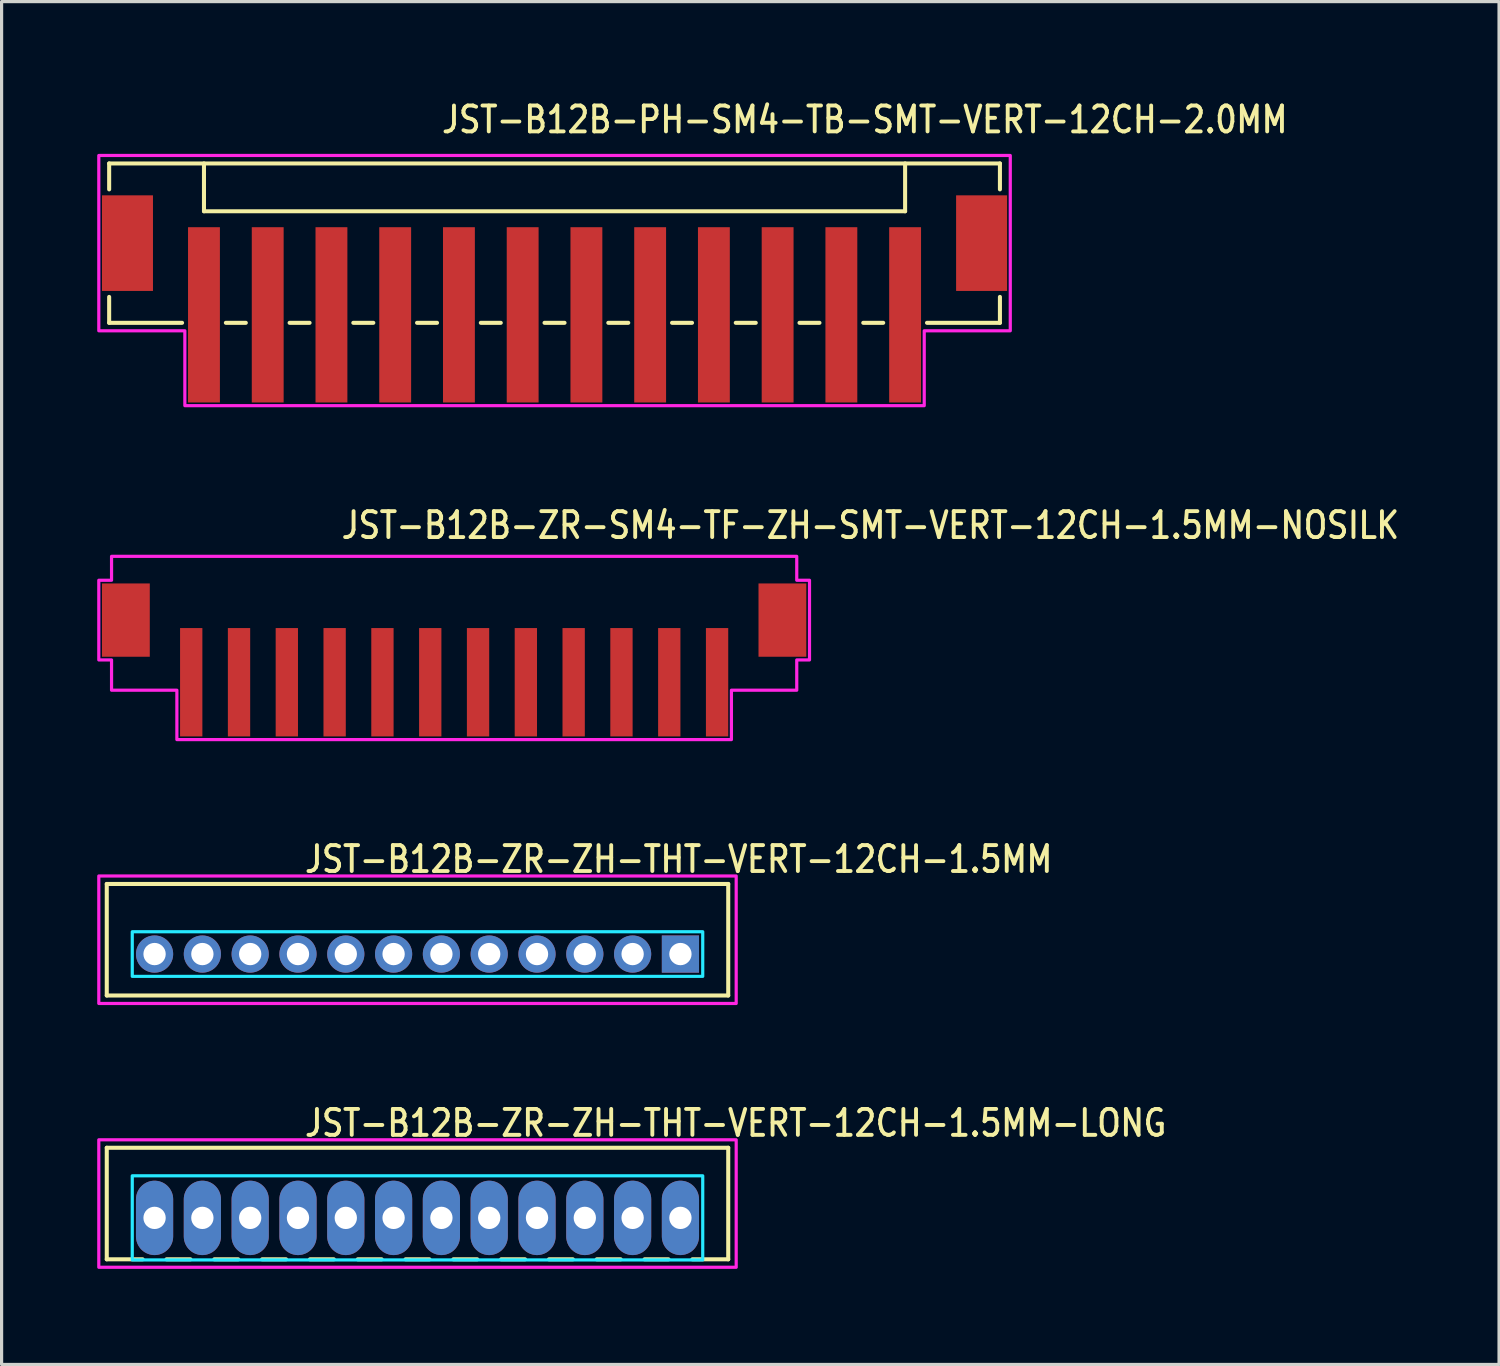
<source format=kicad_pcb>
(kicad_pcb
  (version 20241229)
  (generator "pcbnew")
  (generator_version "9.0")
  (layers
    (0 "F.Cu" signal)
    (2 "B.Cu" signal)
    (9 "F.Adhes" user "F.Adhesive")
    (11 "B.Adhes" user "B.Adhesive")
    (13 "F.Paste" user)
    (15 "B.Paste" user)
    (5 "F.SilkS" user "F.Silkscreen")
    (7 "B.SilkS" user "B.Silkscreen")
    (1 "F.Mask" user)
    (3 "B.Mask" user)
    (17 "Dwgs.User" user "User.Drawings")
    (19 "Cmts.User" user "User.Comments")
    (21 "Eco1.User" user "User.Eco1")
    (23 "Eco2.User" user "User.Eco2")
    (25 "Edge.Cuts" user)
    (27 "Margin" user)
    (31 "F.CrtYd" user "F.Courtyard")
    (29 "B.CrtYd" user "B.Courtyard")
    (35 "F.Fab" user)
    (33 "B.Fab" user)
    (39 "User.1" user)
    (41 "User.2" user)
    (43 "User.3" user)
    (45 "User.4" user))
  (footprint "JST-B12B-ZR-SM4-TF-ZH-SMT-VERT-12CH-1.5MM-NOSILK"
    (layer "F.Cu")
    (at 11.2 16.407)
    (property "Reference" "JST-B12B-ZR-SM4-TF-ZH-SMT-VERT-12CH-1.5MM-NOSILK" (at -3.6 -2.5 0) (unlocked yes) (layer "F.SilkS") (effects (font (size 0.813 0.695) (thickness 0.122)) (justify left bottom)))
    (fp_poly (pts (xy -10.75 -2) (xy -10.75 -1.25) (xy -11.15 -1.25) (xy -11.15 1.25) (xy -10.75 1.25) (xy -10.75 2.2) (xy -8.7 2.2) (xy -8.7 3.75) (xy 8.7 3.75) (xy 8.7 2.2) (xy 10.75 2.2) (xy 10.75 1.25) (xy 11.15 1.25) (xy 11.15 -1.25) (xy 10.75 -1.25) (xy 10.75 -2)) (stroke (width 0.1) (type solid)) (fill no) (layer "F.CrtYd"))
    (pad "P$1" smd rect (at -8.25 1.95) (size 0.7 3.4) (layers "F.Cu" "F.Mask" "F.Paste"))
    (pad "P$2" smd rect (at -6.75 1.95) (size 0.7 3.4) (layers "F.Cu" "F.Mask" "F.Paste"))
    (pad "P$3" smd rect (at -5.25 1.95) (size 0.7 3.4) (layers "F.Cu" "F.Mask" "F.Paste"))
    (pad "P$4" smd rect (at -3.75 1.95) (size 0.7 3.4) (layers "F.Cu" "F.Mask" "F.Paste"))
    (pad "P$5" smd rect (at -2.25 1.95) (size 0.7 3.4) (layers "F.Cu" "F.Mask" "F.Paste"))
    (pad "P$6" smd rect (at -0.75 1.95) (size 0.7 3.4) (layers "F.Cu" "F.Mask" "F.Paste"))
    (pad "P$7" smd rect (at 0.75 1.95) (size 0.7 3.4) (layers "F.Cu" "F.Mask" "F.Paste"))
    (pad "P$8" smd rect (at 2.25 1.95) (size 0.7 3.4) (layers "F.Cu" "F.Mask" "F.Paste"))
    (pad "P$9" smd rect (at 3.75 1.95) (size 0.7 3.4) (layers "F.Cu" "F.Mask" "F.Paste"))
    (pad "P$10" smd rect (at 5.25 1.95) (size 0.7 3.4) (layers "F.Cu" "F.Mask" "F.Paste"))
    (pad "P$11" smd rect (at 6.75 1.95) (size 0.7 3.4) (layers "F.Cu" "F.Mask" "F.Paste"))
    (pad "P$12" smd rect (at 8.25 1.95) (size 0.7 3.4) (layers "F.Cu" "F.Mask" "F.Paste"))
    (pad "P$13" smd rect (at 10.3 0) (size 1.5 2.3) (layers "F.Cu" "F.Mask" "F.Paste"))
    (pad "P$14" smd rect (at -10.3 0) (size 1.5 2.3) (layers "F.Cu" "F.Mask" "F.Paste")))
  (footprint "JST-B12B-ZR-ZH-THT-VERT-12CH-1.5MM-LONG"
    (layer "F.Cu")
    (at 10.05 35.164)
    (property "Reference" "JST-B12B-ZR-ZH-THT-VERT-12CH-1.5MM-LONG" (at -3.6 -2.5 0) (unlocked yes) (layer "F.SilkS") (effects (font (size 0.813 0.695) (thickness 0.122)) (justify left bottom)))
    (fp_line (start -9.75 -2.2) (end 9.75 -2.2) (stroke (width 0.127) (type solid)) (layer "F.SilkS"))
    (fp_line (start -9.75 1.3) (end -9.75 -2.2) (stroke (width 0.127) (type solid)) (layer "F.SilkS"))
    (fp_line (start -9.75 1.3) (end -8.625 1.3) (stroke (width 0.127) (type solid)) (layer "F.SilkS"))
    (fp_line (start -7.875 1.3) (end -7.125 1.3) (stroke (width 0.127) (type solid)) (layer "F.SilkS"))
    (fp_line (start -6.375 1.3) (end -5.625 1.3) (stroke (width 0.127) (type solid)) (layer "F.SilkS"))
    (fp_line (start -4.875 1.3) (end -4.125 1.3) (stroke (width 0.127) (type solid)) (layer "F.SilkS"))
    (fp_line (start -3.375 1.3) (end -2.625 1.3) (stroke (width 0.127) (type solid)) (layer "F.SilkS"))
    (fp_line (start -1.875 1.3) (end -1.125 1.3) (stroke (width 0.127) (type solid)) (layer "F.SilkS"))
    (fp_line (start -0.375 1.3) (end 0.375 1.3) (stroke (width 0.127) (type solid)) (layer "F.SilkS"))
    (fp_line (start 1.125 1.3) (end 1.875 1.3) (stroke (width 0.127) (type solid)) (layer "F.SilkS"))
    (fp_line (start 2.625 1.3) (end 3.375 1.3) (stroke (width 0.127) (type solid)) (layer "F.SilkS"))
    (fp_line (start 4.125 1.3) (end 4.875 1.3) (stroke (width 0.127) (type solid)) (layer "F.SilkS"))
    (fp_line (start 5.625 1.3) (end 6.375 1.3) (stroke (width 0.127) (type solid)) (layer "F.SilkS"))
    (fp_line (start 7.125 1.3) (end 7.875 1.3) (stroke (width 0.127) (type solid)) (layer "F.SilkS"))
    (fp_line (start 8.625 1.3) (end 9.75 1.3) (stroke (width 0.127) (type solid)) (layer "F.SilkS"))
    (fp_line (start 9.75 -2.2) (end 9.75 1.3) (stroke (width 0.127) (type solid)) (layer "F.SilkS"))
    (fp_poly (pts (xy -8.95 -1.32) (xy -8.95 1.32) (xy 8.95 1.32) (xy 8.95 -1.32)) (stroke (width 0.1) (type solid)) (fill no) (layer "B.CrtYd"))
    (fp_poly (pts (xy -10 -2.45) (xy -10 1.55) (xy 10 1.55) (xy 10 -2.45)) (stroke (width 0.1) (type solid)) (fill no) (layer "F.CrtYd"))
    (pad "P$1" thru_hole oval (at 8.25 0 90) (size 2.333 1.167) (drill 0.7) (layers "*.Cu" "*.Mask"))
    (pad "P$2" thru_hole oval (at 6.75 0 90) (size 2.333 1.167) (drill 0.7) (layers "*.Cu" "*.Mask"))
    (pad "P$3" thru_hole oval (at 5.25 0 90) (size 2.333 1.167) (drill 0.7) (layers "*.Cu" "*.Mask"))
    (pad "P$4" thru_hole oval (at 3.75 0 90) (size 2.333 1.167) (drill 0.7) (layers "*.Cu" "*.Mask"))
    (pad "P$5" thru_hole oval (at 2.25 0 90) (size 2.333 1.167) (drill 0.7) (layers "*.Cu" "*.Mask"))
    (pad "P$6" thru_hole oval (at 0.75 0 90) (size 2.333 1.167) (drill 0.7) (layers "*.Cu" "*.Mask"))
    (pad "P$7" thru_hole oval (at -0.75 0 90) (size 2.333 1.167) (drill 0.7) (layers "*.Cu" "*.Mask"))
    (pad "P$8" thru_hole oval (at -2.25 0 90) (size 2.333 1.167) (drill 0.7) (layers "*.Cu" "*.Mask"))
    (pad "P$9" thru_hole oval (at -3.75 0 90) (size 2.333 1.167) (drill 0.7) (layers "*.Cu" "*.Mask"))
    (pad "P$10" thru_hole oval (at -5.25 0 90) (size 2.333 1.167) (drill 0.7) (layers "*.Cu" "*.Mask"))
    (pad "P$11" thru_hole oval (at -6.75 0 90) (size 2.333 1.167) (drill 0.7) (layers "*.Cu" "*.Mask"))
    (pad "P$12" thru_hole oval (at -8.25 0 90) (size 2.333 1.167) (drill 0.7) (layers "*.Cu" "*.Mask")))
  (footprint "JST-B12B-ZR-ZH-THT-VERT-12CH-1.5MM"
    (layer "F.Cu")
    (at 10.05 26.886)
    (property "Reference" "JST-B12B-ZR-ZH-THT-VERT-12CH-1.5MM" (at -3.6 -2.5 0) (unlocked yes) (layer "F.SilkS") (effects (font (size 0.813 0.695) (thickness 0.122)) (justify left bottom)))
    (fp_line (start -9.75 -2.2) (end 9.75 -2.2) (stroke (width 0.127) (type solid)) (layer "F.SilkS"))
    (fp_line (start -9.75 1.3) (end -9.75 -2.2) (stroke (width 0.127) (type solid)) (layer "F.SilkS"))
    (fp_line (start -9.75 1.3) (end 9.75 1.3) (stroke (width 0.127) (type solid)) (layer "F.SilkS"))
    (fp_line (start 9.75 -2.2) (end 9.75 1.3) (stroke (width 0.127) (type solid)) (layer "F.SilkS"))
    (fp_poly (pts (xy -8.95 -0.7) (xy -8.95 0.7) (xy 8.95 0.7) (xy 8.95 -0.7)) (stroke (width 0.1) (type solid)) (fill no) (layer "B.CrtYd"))
    (fp_poly (pts (xy -10 -2.45) (xy -10 1.55) (xy 10 1.55) (xy 10 -2.45)) (stroke (width 0.1) (type solid)) (fill no) (layer "F.CrtYd"))
    (pad "P$1" thru_hole rect (at 8.25 0) (size 1.167 1.167) (drill 0.7) (layers "*.Cu" "*.Mask"))
    (pad "P$2" thru_hole oval (at 6.75 0) (size 1.167 1.167) (drill 0.7) (layers "*.Cu" "*.Mask"))
    (pad "P$3" thru_hole oval (at 5.25 0) (size 1.167 1.167) (drill 0.7) (layers "*.Cu" "*.Mask"))
    (pad "P$4" thru_hole oval (at 3.75 0) (size 1.167 1.167) (drill 0.7) (layers "*.Cu" "*.Mask"))
    (pad "P$5" thru_hole oval (at 2.25 0) (size 1.167 1.167) (drill 0.7) (layers "*.Cu" "*.Mask"))
    (pad "P$6" thru_hole oval (at 0.75 0) (size 1.167 1.167) (drill 0.7) (layers "*.Cu" "*.Mask"))
    (pad "P$7" thru_hole oval (at -0.75 0) (size 1.167 1.167) (drill 0.7) (layers "*.Cu" "*.Mask"))
    (pad "P$8" thru_hole oval (at -2.25 0) (size 1.167 1.167) (drill 0.7) (layers "*.Cu" "*.Mask"))
    (pad "P$9" thru_hole oval (at -3.75 0) (size 1.167 1.167) (drill 0.7) (layers "*.Cu" "*.Mask"))
    (pad "P$10" thru_hole oval (at -5.25 0) (size 1.167 1.167) (drill 0.7) (layers "*.Cu" "*.Mask"))
    (pad "P$11" thru_hole oval (at -6.75 0) (size 1.167 1.167) (drill 0.7) (layers "*.Cu" "*.Mask"))
    (pad "P$12" thru_hole oval (at -8.25 0) (size 1.167 1.167) (drill 0.7) (layers "*.Cu" "*.Mask")))
  (footprint "JST-B12B-PH-SM4-TB-SMT-VERT-12CH-2.0MM"
    (layer "F.Cu")
    (at 14.35 4.579)
    (property "Reference" "JST-B12B-PH-SM4-TB-SMT-VERT-12CH-2.0MM" (at -3.6 -3.4 0) (unlocked yes) (layer "F.SilkS") (effects (font (size 0.813 0.695) (thickness 0.122)) (justify left bottom)))
    (fp_line (start -13.975 -2.5) (end -13.975 -1.687) (stroke (width 0.127) (type solid)) (layer "F.SilkS"))
    (fp_line (start -13.975 -2.5) (end 13.975 -2.5) (stroke (width 0.127) (type solid)) (layer "F.SilkS"))
    (fp_line (start -13.975 2.5) (end -13.975 1.687) (stroke (width 0.127) (type solid)) (layer "F.SilkS"))
    (fp_line (start -13.975 2.5) (end -11.687 2.5) (stroke (width 0.127) (type solid)) (layer "F.SilkS"))
    (fp_line (start -11 -2.5) (end -11 -1) (stroke (width 0.127) (type solid)) (layer "F.SilkS"))
    (fp_line (start -11 -1) (end 11 -1) (stroke (width 0.127) (type solid)) (layer "F.SilkS"))
    (fp_line (start -10.313 2.5) (end -9.687 2.5) (stroke (width 0.127) (type solid)) (layer "F.SilkS"))
    (fp_line (start -8.313 2.5) (end -7.686 2.5) (stroke (width 0.127) (type solid)) (layer "F.SilkS"))
    (fp_line (start -6.314 2.5) (end -5.686 2.5) (stroke (width 0.127) (type solid)) (layer "F.SilkS"))
    (fp_line (start -4.314 2.5) (end -3.687 2.5) (stroke (width 0.127) (type solid)) (layer "F.SilkS"))
    (fp_line (start -2.313 2.5) (end -1.687 2.5) (stroke (width 0.127) (type solid)) (layer "F.SilkS"))
    (fp_line (start -0.314 2.5) (end 0.314 2.5) (stroke (width 0.127) (type solid)) (layer "F.SilkS"))
    (fp_line (start 1.687 2.5) (end 2.313 2.5) (stroke (width 0.127) (type solid)) (layer "F.SilkS"))
    (fp_line (start 3.687 2.5) (end 4.314 2.5) (stroke (width 0.127) (type solid)) (layer "F.SilkS"))
    (fp_line (start 5.686 2.5) (end 6.314 2.5) (stroke (width 0.127) (type solid)) (layer "F.SilkS"))
    (fp_line (start 7.686 2.5) (end 8.313 2.5) (stroke (width 0.127) (type solid)) (layer "F.SilkS"))
    (fp_line (start 9.687 2.5) (end 10.313 2.5) (stroke (width 0.127) (type solid)) (layer "F.SilkS"))
    (fp_line (start 11 -1) (end 11 -2.5) (stroke (width 0.127) (type solid)) (layer "F.SilkS"))
    (fp_line (start 11.687 2.5) (end 13.975 2.5) (stroke (width 0.127) (type solid)) (layer "F.SilkS"))
    (fp_line (start 13.975 -1.687) (end 13.975 -2.5) (stroke (width 0.127) (type solid)) (layer "F.SilkS"))
    (fp_line (start 13.975 1.687) (end 13.975 2.5) (stroke (width 0.127) (type solid)) (layer "F.SilkS"))
    (fp_poly (pts (xy -14.3 -2.75) (xy -14.3 2.75) (xy -11.6 2.75) (xy -11.6 5.1) (xy 11.6 5.1) (xy 11.6 2.75) (xy 14.3 2.75) (xy 14.3 -2.75)) (stroke (width 0.1) (type solid)) (fill no) (layer "F.CrtYd"))
    (pad "P$1" smd rect (at -11 2.25) (size 1 5.5) (layers "F.Cu" "F.Mask" "F.Paste"))
    (pad "P$2" smd rect (at -9 2.25) (size 1 5.5) (layers "F.Cu" "F.Mask" "F.Paste"))
    (pad "P$3" smd rect (at -7 2.25) (size 1 5.5) (layers "F.Cu" "F.Mask" "F.Paste"))
    (pad "P$4" smd rect (at -5 2.25) (size 1 5.5) (layers "F.Cu" "F.Mask" "F.Paste"))
    (pad "P$5" smd rect (at -3 2.25) (size 1 5.5) (layers "F.Cu" "F.Mask" "F.Paste"))
    (pad "P$6" smd rect (at -1 2.25) (size 1 5.5) (layers "F.Cu" "F.Mask" "F.Paste"))
    (pad "P$7" smd rect (at 1 2.25) (size 1 5.5) (layers "F.Cu" "F.Mask" "F.Paste"))
    (pad "P$8" smd rect (at 3 2.25) (size 1 5.5) (layers "F.Cu" "F.Mask" "F.Paste"))
    (pad "P$9" smd rect (at 5 2.25) (size 1 5.5) (layers "F.Cu" "F.Mask" "F.Paste"))
    (pad "P$10" smd rect (at 7 2.25) (size 1 5.5) (layers "F.Cu" "F.Mask" "F.Paste"))
    (pad "P$11" smd rect (at 9 2.25) (size 1 5.5) (layers "F.Cu" "F.Mask" "F.Paste"))
    (pad "P$12" smd rect (at 11 2.25) (size 1 5.5) (layers "F.Cu" "F.Mask" "F.Paste"))
    (pad "S$1" smd rect (at -13.4 0) (size 1.6 3) (layers "F.Cu" "F.Mask" "F.Paste"))
    (pad "S$2" smd rect (at 13.4 0) (size 1.6 3) (layers "F.Cu" "F.Mask" "F.Paste")))
  (gr_rect
    (start -3 -3)
    (end 43.986 39.764)
    (stroke (width 0.1) (type default))
    (fill no)
    (layer "Edge.Cuts")))
</source>
